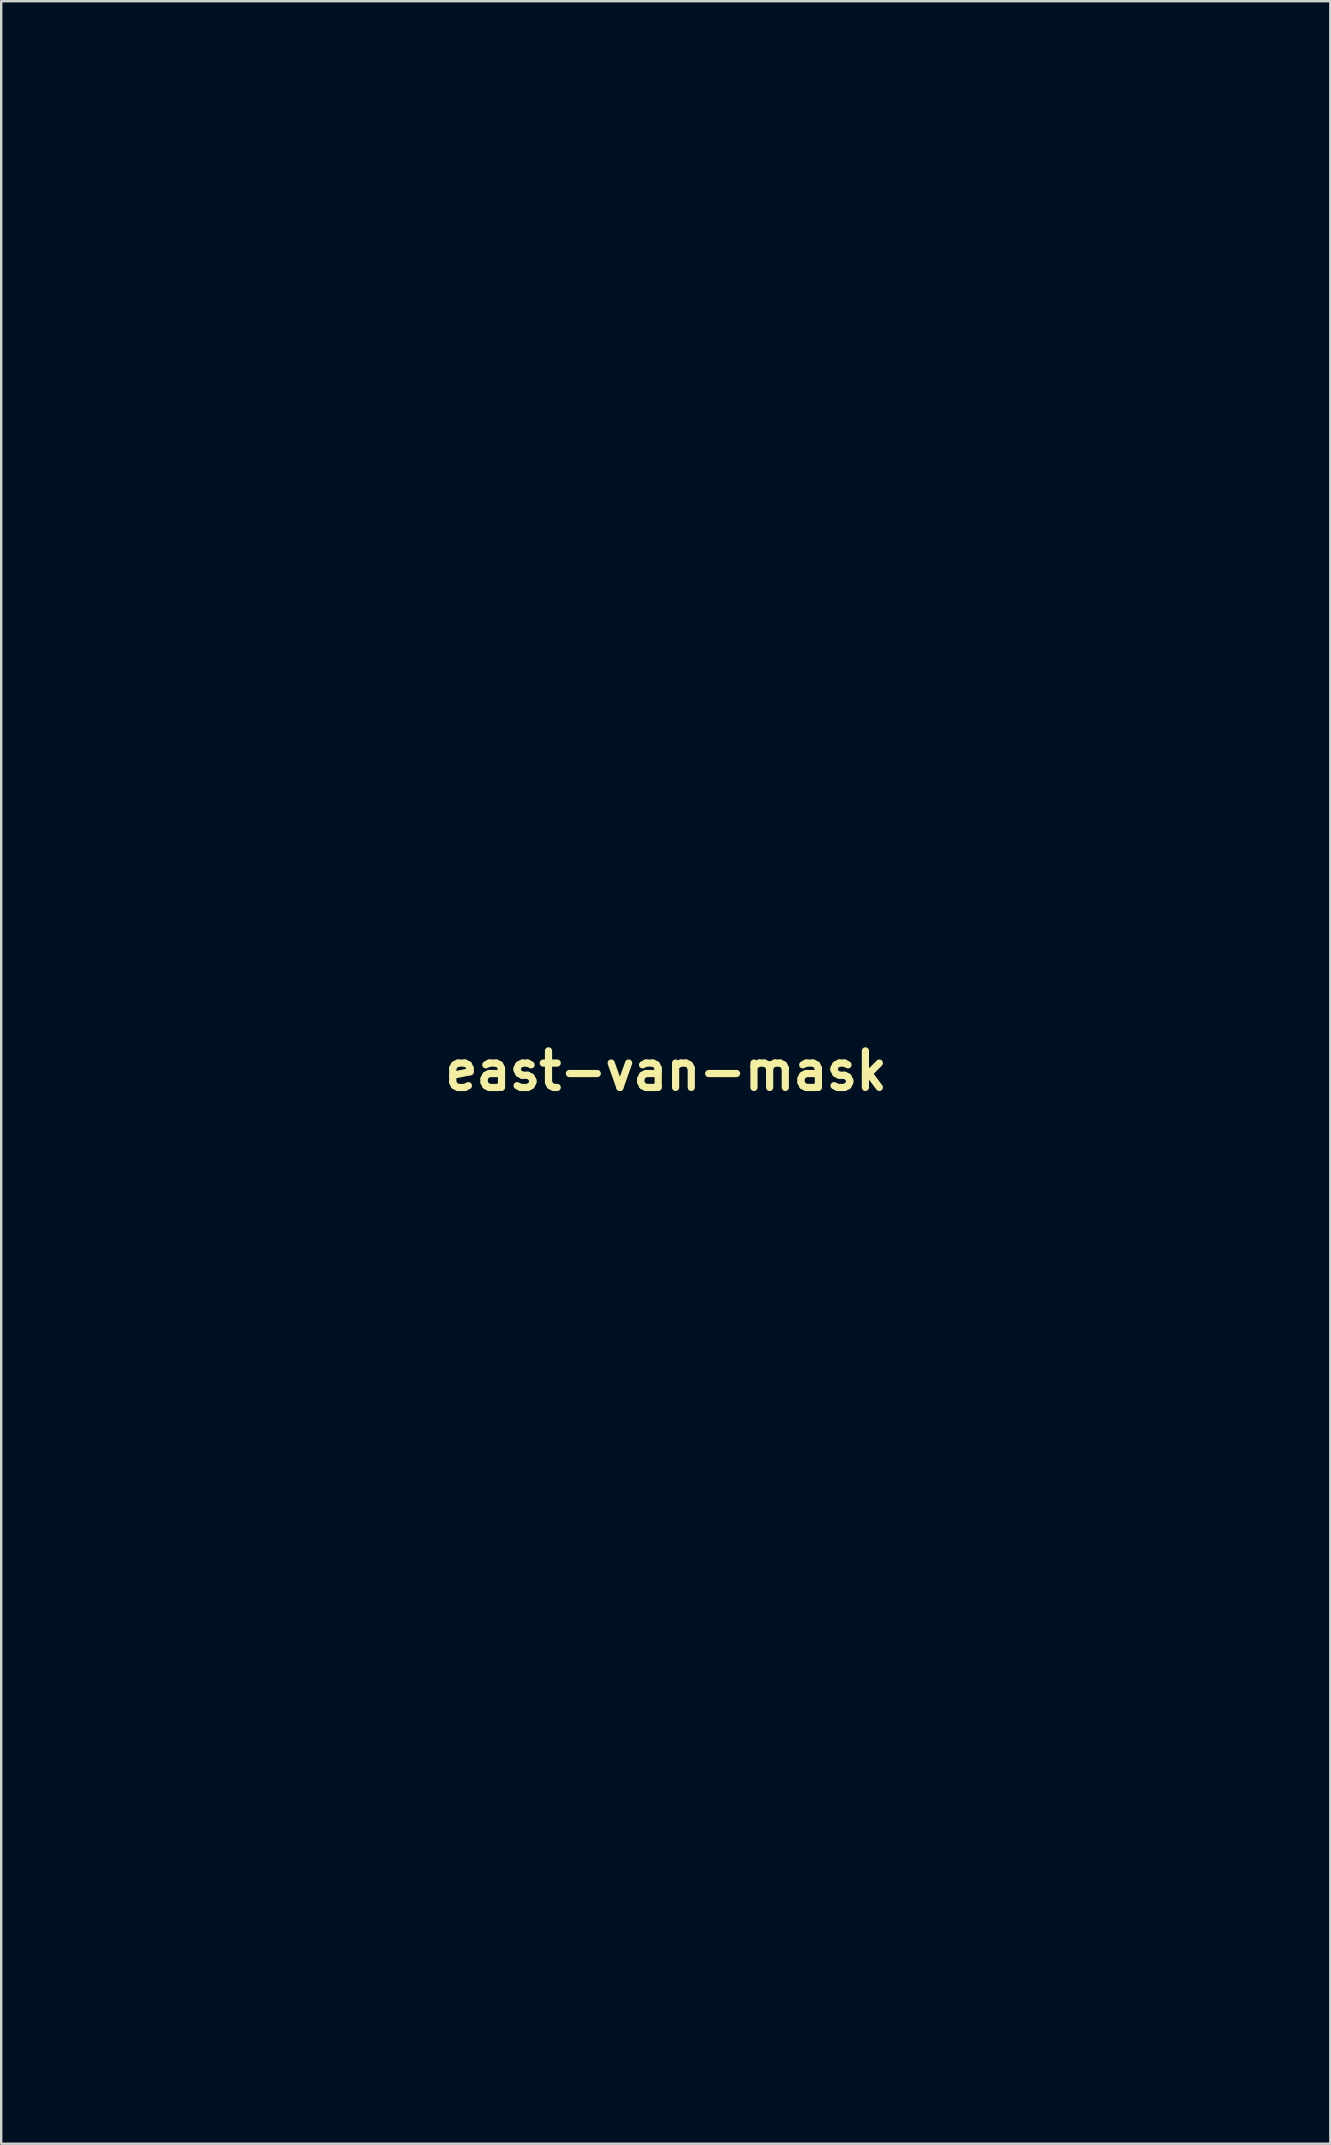
<source format=kicad_pcb>
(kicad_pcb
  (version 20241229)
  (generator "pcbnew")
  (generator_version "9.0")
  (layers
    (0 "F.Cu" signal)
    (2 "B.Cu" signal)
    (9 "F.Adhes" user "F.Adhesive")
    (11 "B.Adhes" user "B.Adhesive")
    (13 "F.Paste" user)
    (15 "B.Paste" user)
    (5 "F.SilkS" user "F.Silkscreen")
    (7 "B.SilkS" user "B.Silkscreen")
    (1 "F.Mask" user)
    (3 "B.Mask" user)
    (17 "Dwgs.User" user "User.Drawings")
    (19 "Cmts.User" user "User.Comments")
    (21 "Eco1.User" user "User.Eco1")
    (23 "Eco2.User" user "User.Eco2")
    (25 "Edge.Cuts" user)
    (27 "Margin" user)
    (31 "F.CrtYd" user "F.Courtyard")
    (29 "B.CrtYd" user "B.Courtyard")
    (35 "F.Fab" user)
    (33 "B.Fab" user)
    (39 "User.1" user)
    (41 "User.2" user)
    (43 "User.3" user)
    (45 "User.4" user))
  (footprint "east-van-mask"
    (layer "F.Cu")
    (at 24.709 41.583)
    (property "Reference" "east-van-mask" (at 0 0 0) (layer "F.SilkS") (effects (font (size 1.524 1.524) (thickness 0.3))))
    (attr through_hole)
    (fp_poly (pts (xy 3.6 21.979) (xy 3.577 22.422) (xy 3.554 22.801) (xy 3.534 23.085) (xy 3.518 23.245) (xy 3.513 23.269) (xy 3.451 23.299) (xy 3.318 23.322) (xy 3.093 23.339) (xy 2.757 23.35) (xy 2.29 23.358) (xy 1.712 23.362) (xy 1.183 23.365) (xy 0.798 23.37) (xy 0.534 23.382) (xy 0.364 23.403) (xy 0.265 23.437) (xy 0.212 23.486) (xy 0.181 23.553) (xy 0.179 23.558) (xy 0.163 23.675) (xy 0.143 23.945) (xy 0.119 24.355) (xy 0.091 24.89) (xy 0.06 25.533) (xy 0.028 26.272) (xy -0.006 27.089) (xy -0.04 27.972) (xy -0.075 28.903) (xy -0.081 29.083) (xy -0.116 30.049) (xy -0.15 30.989) (xy -0.183 31.885) (xy -0.215 32.719) (xy -0.244 33.473) (xy -0.271 34.131) (xy -0.294 34.673) (xy -0.312 35.082) (xy -0.325 35.341) (xy -0.325 35.348) (xy -0.381 36.28) (xy -1.503 36.322) (xy -2.005 36.335) (xy -2.367 36.33) (xy -2.578 36.308) (xy -2.631 36.28) (xy -2.633 36.118) (xy -2.629 35.792) (xy -2.617 35.305) (xy -2.599 34.663) (xy -2.574 33.868) (xy -2.543 32.926) (xy -2.506 31.841) (xy -2.462 30.617) (xy -2.413 29.259) (xy -2.358 27.771) (xy -2.297 26.157) (xy -2.285 25.831) (xy -2.264 25.234) (xy -2.247 24.694) (xy -2.235 24.234) (xy -2.23 23.876) (xy -2.23 23.643) (xy -2.237 23.559) (xy -2.329 23.547) (xy -2.564 23.535) (xy -2.916 23.524) (xy -3.358 23.515) (xy -3.865 23.509) (xy -3.944 23.508) (xy -5.614 23.495) (xy -5.595 22.268) (xy -5.586 21.83) (xy -5.572 21.456) (xy -5.557 21.175) (xy -5.541 21.02) (xy -5.535 21) (xy -5.435 20.984) (xy -5.171 20.965) (xy -4.746 20.944) (xy -4.165 20.921) (xy -3.432 20.896) (xy -2.551 20.87) (xy -1.527 20.841) (xy -0.363 20.812) (xy 0.935 20.781) (xy 0.963 20.78) (xy 3.662 20.718) (xy 3.6 21.979)) (stroke (width 0.01) (type solid)) (fill yes) (layer "F.Mask"))
    (fp_poly (pts (xy -5.938 -16.291) (xy -5.844 -16.274) (xy -5.843 -16.271) (xy -5.874 -16.16) (xy -5.966 -15.896) (xy -6.116 -15.481) (xy -6.324 -14.92) (xy -6.588 -14.218) (xy -6.906 -13.377) (xy -7.196 -12.615) (xy -7.405 -12.068) (xy -7.659 -11.4) (xy -7.944 -10.649) (xy -8.246 -9.854) (xy -8.551 -9.052) (xy -8.843 -8.281) (xy -8.933 -8.043) (xy -9.206 -7.325) (xy -9.484 -6.593) (xy -9.756 -5.878) (xy -10.01 -5.213) (xy -10.234 -4.628) (xy -10.415 -4.156) (xy -10.483 -3.979) (xy -10.7 -3.418) (xy -10.94 -2.797) (xy -11.177 -2.182) (xy -11.385 -1.642) (xy -11.43 -1.524) (xy -11.592 -1.11) (xy -11.739 -0.751) (xy -11.857 -0.477) (xy -11.934 -0.32) (xy -11.949 -0.297) (xy -12.056 -0.263) (xy -12.303 -0.222) (xy -12.663 -0.175) (xy -13.108 -0.128) (xy -13.593 -0.084) (xy -14.147 -0.04) (xy -14.555 -0.012) (xy -14.84 0.001) (xy -15.024 -0.002) (xy -15.13 -0.021) (xy -15.18 -0.056) (xy -15.193 -0.084) (xy -15.23 -0.211) (xy -15.31 -0.478) (xy -15.426 -0.862) (xy -15.571 -1.341) (xy -15.737 -1.892) (xy -15.919 -2.493) (xy -16.11 -3.121) (xy -16.303 -3.755) (xy -16.49 -4.371) (xy -16.665 -4.947) (xy -16.809 -5.419) (xy -16.994 -6.028) (xy -17.198 -6.71) (xy -17.401 -7.397) (xy -17.584 -8.019) (xy -17.652 -8.255) (xy -17.857 -8.962) (xy -18.083 -9.733) (xy -18.32 -10.538) (xy -18.56 -11.346) (xy -18.793 -12.129) (xy -19.011 -12.854) (xy -19.205 -13.493) (xy -19.365 -14.015) (xy -19.43 -14.224) (xy -19.537 -14.589) (xy -19.614 -14.894) (xy -19.651 -15.104) (xy -19.646 -15.181) (xy -19.533 -15.22) (xy -19.282 -15.264) (xy -18.924 -15.309) (xy -18.491 -15.351) (xy -18.012 -15.388) (xy -17.521 -15.417) (xy -17.279 -15.427) (xy -16.566 -15.452) (xy -15.564 -11.98) (xy -15.342 -11.21) (xy -15.127 -10.463) (xy -14.925 -9.76) (xy -14.741 -9.123) (xy -14.584 -8.574) (xy -14.458 -8.135) (xy -14.371 -7.828) (xy -14.348 -7.747) (xy -14.103 -6.887) (xy -13.883 -6.135) (xy -13.693 -5.5) (xy -13.534 -4.991) (xy -13.41 -4.618) (xy -13.324 -4.391) (xy -13.279 -4.318) (xy -13.255 -4.325) (xy -13.226 -4.352) (xy -13.189 -4.411) (xy -13.139 -4.515) (xy -13.072 -4.673) (xy -12.984 -4.897) (xy -12.869 -5.199) (xy -12.725 -5.59) (xy -12.546 -6.082) (xy -12.329 -6.686) (xy -12.069 -7.413) (xy -11.762 -8.275) (xy -11.403 -9.283) (xy -11.331 -9.483) (xy -10.912 -10.661) (xy -10.546 -11.689) (xy -10.229 -12.579) (xy -9.956 -13.34) (xy -9.725 -13.982) (xy -9.531 -14.515) (xy -9.369 -14.95) (xy -9.237 -15.297) (xy -9.13 -15.566) (xy -9.044 -15.767) (xy -8.975 -15.91) (xy -8.92 -16.005) (xy -8.873 -16.064) (xy -8.831 -16.095) (xy -8.791 -16.109) (xy -8.748 -16.117) (xy -8.733 -16.119) (xy -8.488 -16.155) (xy -8.149 -16.189) (xy -7.747 -16.222) (xy -7.315 -16.25) (xy -6.886 -16.273) (xy -6.491 -16.289) (xy -6.164 -16.295) (xy -5.938 -16.291)) (stroke (width 0.01) (type solid)) (fill yes) (layer "F.Mask"))
    (fp_poly (pts (xy -0.113 1.146) (xy 0.242 1.159) (xy 0.519 1.187) (xy 0.763 1.238) (xy 1.018 1.317) (xy 1.216 1.388) (xy 1.899 1.727) (xy 2.498 2.206) (xy 3.002 2.81) (xy 3.399 3.526) (xy 3.673 4.324) (xy 3.754 4.697) (xy 3.815 5.092) (xy 3.856 5.472) (xy 3.871 5.798) (xy 3.859 6.031) (xy 3.819 6.133) (xy 3.686 6.168) (xy 3.432 6.2) (xy 3.095 6.227) (xy 2.714 6.248) (xy 2.331 6.261) (xy 1.982 6.264) (xy 1.709 6.256) (xy 1.55 6.236) (xy 1.527 6.224) (xy 1.473 6.093) (xy 1.418 5.864) (xy 1.399 5.757) (xy 1.283 5.295) (xy 1.095 4.855) (xy 0.861 4.49) (xy 0.666 4.294) (xy 0.216 4.054) (xy -0.352 3.925) (xy -1.024 3.911) (xy -1.041 3.912) (xy -1.668 4.013) (xy -2.174 4.224) (xy -2.551 4.539) (xy -2.798 4.956) (xy -2.907 5.469) (xy -2.912 5.596) (xy -2.886 5.944) (xy -2.787 6.251) (xy -2.601 6.527) (xy -2.314 6.785) (xy -1.912 7.035) (xy -1.382 7.288) (xy -0.707 7.556) (xy -0.207 7.735) (xy 0.55 8.01) (xy 1.168 8.261) (xy 1.669 8.501) (xy 2.08 8.744) (xy 2.426 9.004) (xy 2.73 9.293) (xy 2.8 9.37) (xy 3.096 9.73) (xy 3.331 10.1) (xy 3.535 10.536) (xy 3.695 10.964) (xy 3.786 11.234) (xy 3.85 11.468) (xy 3.892 11.705) (xy 3.917 11.983) (xy 3.93 12.343) (xy 3.934 12.82) (xy 3.934 12.996) (xy 3.929 13.617) (xy 3.906 14.113) (xy 3.854 14.528) (xy 3.765 14.907) (xy 3.631 15.293) (xy 3.441 15.731) (xy 3.324 15.982) (xy 2.978 16.573) (xy 2.533 17.128) (xy 2.024 17.61) (xy 1.487 17.983) (xy 1.16 18.143) (xy 0.436 18.365) (xy -0.374 18.498) (xy -1.212 18.535) (xy -2.018 18.474) (xy -2.338 18.416) (xy -3.129 18.164) (xy -3.824 17.772) (xy -4.421 17.244) (xy -4.919 16.581) (xy -5.316 15.786) (xy -5.611 14.859) (xy -5.659 14.647) (xy -5.783 14.026) (xy -5.866 13.508) (xy -5.906 13.106) (xy -5.903 12.835) (xy -5.854 12.708) (xy -5.829 12.7) (xy -5.701 12.69) (xy -5.443 12.663) (xy -5.093 12.623) (xy -4.701 12.575) (xy -4.307 12.53) (xy -3.979 12.498) (xy -3.751 12.483) (xy -3.655 12.488) (xy -3.655 12.488) (xy -3.624 12.584) (xy -3.575 12.804) (xy -3.517 13.105) (xy -3.503 13.185) (xy -3.313 13.937) (xy -3.027 14.552) (xy -2.643 15.029) (xy -2.161 15.372) (xy -1.749 15.537) (xy -1.094 15.658) (xy -0.473 15.632) (xy 0.097 15.474) (xy 0.596 15.196) (xy 1.006 14.809) (xy 1.309 14.327) (xy 1.485 13.762) (xy 1.524 13.319) (xy 1.503 12.912) (xy 1.428 12.568) (xy 1.284 12.274) (xy 1.054 12.014) (xy 0.723 11.773) (xy 0.273 11.537) (xy -0.311 11.292) (xy -0.967 11.049) (xy -1.784 10.746) (xy -2.457 10.467) (xy -3.003 10.201) (xy -3.445 9.936) (xy -3.802 9.66) (xy -4.093 9.363) (xy -4.23 9.191) (xy -4.656 8.538) (xy -4.957 7.885) (xy -5.146 7.189) (xy -5.236 6.408) (xy -5.248 5.939) (xy -5.217 5.202) (xy -5.113 4.561) (xy -4.922 3.951) (xy -4.684 3.42) (xy -4.239 2.705) (xy -3.68 2.111) (xy -3.016 1.646) (xy -2.321 1.339) (xy -2.045 1.255) (xy -1.779 1.198) (xy -1.48 1.164) (xy -1.102 1.148) (xy -0.6 1.143) (xy -0.593 1.143) (xy -0.113 1.146)) (stroke (width 0.01) (type solid)) (fill yes) (layer "F.Mask"))
    (fp_poly (pts (xy 4.675 -35.885) (xy 4.707 -35.877) (xy 4.722 -35.777) (xy 4.728 -35.539) (xy 4.724 -35.196) (xy 4.709 -34.778) (xy 4.701 -34.598) (xy 4.64 -33.375) (xy 4.415 -33.33) (xy 4.28 -33.31) (xy 3.997 -33.274) (xy 3.589 -33.224) (xy 3.076 -33.164) (xy 2.481 -33.095) (xy 1.825 -33.021) (xy 1.327 -32.965) (xy 0.524 -32.874) (xy -0.126 -32.797) (xy -0.636 -32.732) (xy -1.022 -32.676) (xy -1.297 -32.627) (xy -1.478 -32.584) (xy -1.578 -32.543) (xy -1.607 -32.514) (xy -1.632 -32.392) (xy -1.66 -32.128) (xy -1.689 -31.753) (xy -1.715 -31.294) (xy -1.738 -30.781) (xy -1.739 -30.754) (xy -1.801 -29.125) (xy -1.599 -29.126) (xy -1.461 -29.136) (xy -1.18 -29.164) (xy -0.783 -29.207) (xy -0.295 -29.261) (xy 0.259 -29.325) (xy 0.677 -29.375) (xy 1.295 -29.448) (xy 1.897 -29.518) (xy 2.449 -29.58) (xy 2.919 -29.632) (xy 3.272 -29.669) (xy 3.408 -29.682) (xy 4.064 -29.741) (xy 4.064 -29.328) (xy 4.058 -29.055) (xy 4.042 -28.679) (xy 4.019 -28.261) (xy 4.008 -28.081) (xy 3.979 -27.695) (xy 3.948 -27.445) (xy 3.905 -27.296) (xy 3.843 -27.217) (xy 3.771 -27.179) (xy 3.642 -27.153) (xy 3.368 -27.112) (xy 2.971 -27.06) (xy 2.474 -27) (xy 1.9 -26.933) (xy 1.271 -26.864) (xy 1.096 -26.846) (xy 0.453 -26.777) (xy -0.143 -26.712) (xy -0.67 -26.653) (xy -1.104 -26.602) (xy -1.423 -26.564) (xy -1.603 -26.539) (xy -1.624 -26.536) (xy -1.75 -26.496) (xy -1.824 -26.415) (xy -1.866 -26.247) (xy -1.897 -25.966) (xy -1.914 -25.71) (xy -1.935 -25.324) (xy -1.957 -24.846) (xy -1.979 -24.315) (xy -1.996 -23.842) (xy -2.049 -22.241) (xy -1.469 -22.293) (xy -1.157 -22.323) (xy -0.732 -22.367) (xy -0.249 -22.421) (xy 0.237 -22.477) (xy 0.254 -22.479) (xy 1.296 -22.601) (xy 2.176 -22.704) (xy 2.9 -22.788) (xy 3.473 -22.853) (xy 3.902 -22.9) (xy 4.192 -22.93) (xy 4.35 -22.944) (xy 4.375 -22.945) (xy 4.426 -22.927) (xy 4.459 -22.858) (xy 4.475 -22.712) (xy 4.476 -22.464) (xy 4.462 -22.09) (xy 4.445 -21.738) (xy 4.418 -21.299) (xy 4.386 -20.918) (xy 4.353 -20.628) (xy 4.321 -20.463) (xy 4.311 -20.441) (xy 4.201 -20.395) (xy 3.961 -20.341) (xy 3.628 -20.286) (xy 3.325 -20.247) (xy 2.957 -20.205) (xy 2.462 -20.149) (xy 1.884 -20.083) (xy 1.265 -20.013) (xy 0.647 -19.942) (xy 0.55 -19.931) (xy -0.621 -19.798) (xy -1.627 -19.684) (xy -2.471 -19.589) (xy -3.156 -19.513) (xy -3.685 -19.455) (xy -4.061 -19.416) (xy -4.288 -19.394) (xy -4.362 -19.389) (xy -4.419 -19.448) (xy -4.441 -19.637) (xy -4.433 -19.96) (xy -4.422 -20.186) (xy -4.408 -20.556) (xy -4.39 -21.043) (xy -4.37 -21.622) (xy -4.349 -22.268) (xy -4.327 -22.954) (xy -4.317 -23.283) (xy -4.278 -24.533) (xy -4.239 -25.765) (xy -4.199 -26.967) (xy -4.159 -28.128) (xy -4.12 -29.237) (xy -4.081 -30.281) (xy -4.044 -31.249) (xy -4.009 -32.13) (xy -3.976 -32.912) (xy -3.946 -33.584) (xy -3.92 -34.135) (xy -3.897 -34.552) (xy -3.878 -34.824) (xy -3.863 -34.941) (xy -3.862 -34.944) (xy -3.774 -34.961) (xy -3.542 -34.993) (xy -3.192 -35.038) (xy -2.748 -35.092) (xy -2.234 -35.153) (xy -2.024 -35.177) (xy -0.762 -35.321) (xy 0.341 -35.446) (xy 1.294 -35.554) (xy 2.108 -35.644) (xy 2.791 -35.718) (xy 3.353 -35.778) (xy 3.803 -35.823) (xy 4.151 -35.856) (xy 4.406 -35.876) (xy 4.578 -35.885) (xy 4.675 -35.885)) (stroke (width 0.01) (type solid)) (fill yes) (layer "F.Mask"))
    (fp_poly (pts (xy 19.21 -18.661) (xy 19.226 -18.654) (xy 19.237 -18.589) (xy 19.243 -18.417) (xy 19.246 -18.134) (xy 19.243 -17.735) (xy 19.236 -17.216) (xy 19.225 -16.571) (xy 19.209 -15.796) (xy 19.188 -14.888) (xy 19.162 -13.841) (xy 19.131 -12.65) (xy 19.094 -11.311) (xy 19.053 -9.82) (xy 19.006 -8.172) (xy 18.953 -6.363) (xy 18.914 -5.014) (xy 18.895 -4.454) (xy 18.874 -3.953) (xy 18.853 -3.536) (xy 18.832 -3.225) (xy 18.813 -3.045) (xy 18.803 -3.01) (xy 18.702 -2.99) (xy 18.468 -2.961) (xy 18.132 -2.925) (xy 17.73 -2.887) (xy 17.693 -2.884) (xy 17.261 -2.845) (xy 16.867 -2.808) (xy 16.554 -2.777) (xy 16.367 -2.756) (xy 16.096 -2.722) (xy 14.725 -5.107) (xy 14.15 -6.109) (xy 13.651 -6.978) (xy 13.222 -7.727) (xy 12.854 -8.371) (xy 12.539 -8.922) (xy 12.27 -9.395) (xy 12.04 -9.803) (xy 11.84 -10.16) (xy 11.662 -10.479) (xy 11.604 -10.583) (xy 11.297 -11.136) (xy 11.061 -11.557) (xy 10.884 -11.865) (xy 10.757 -12.077) (xy 10.668 -12.212) (xy 10.609 -12.285) (xy 10.607 -12.286) (xy 10.572 -12.303) (xy 10.541 -12.269) (xy 10.513 -12.174) (xy 10.488 -12.007) (xy 10.466 -11.756) (xy 10.445 -11.409) (xy 10.425 -10.956) (xy 10.405 -10.385) (xy 10.385 -9.685) (xy 10.364 -8.844) (xy 10.342 -7.851) (xy 10.329 -7.239) (xy 10.31 -6.4) (xy 10.291 -5.6) (xy 10.272 -4.857) (xy 10.253 -4.19) (xy 10.236 -3.617) (xy 10.22 -3.157) (xy 10.206 -2.828) (xy 10.195 -2.649) (xy 10.194 -2.646) (xy 10.16 -2.386) (xy 10.11 -2.253) (xy 10.018 -2.203) (xy 9.921 -2.196) (xy 9.75 -2.185) (xy 9.453 -2.161) (xy 9.071 -2.126) (xy 8.652 -2.085) (xy 8.251 -2.05) (xy 7.914 -2.031) (xy 7.676 -2.03) (xy 7.569 -2.046) (xy 7.568 -2.048) (xy 7.558 -2.171) (xy 7.563 -2.18) (xy 7.574 -2.278) (xy 7.589 -2.523) (xy 7.605 -2.892) (xy 7.622 -3.363) (xy 7.638 -3.912) (xy 7.654 -4.518) (xy 7.654 -4.53) (xy 7.671 -5.205) (xy 7.691 -6.004) (xy 7.713 -6.885) (xy 7.736 -7.803) (xy 7.76 -8.713) (xy 7.783 -9.571) (xy 7.789 -9.821) (xy 7.812 -10.658) (xy 7.835 -11.564) (xy 7.859 -12.494) (xy 7.881 -13.402) (xy 7.902 -14.245) (xy 7.919 -14.976) (xy 7.924 -15.165) (xy 7.94 -15.781) (xy 7.958 -16.342) (xy 7.978 -16.827) (xy 7.998 -17.213) (xy 8.017 -17.477) (xy 8.034 -17.596) (xy 8.036 -17.598) (xy 8.154 -17.659) (xy 8.424 -17.722) (xy 8.832 -17.786) (xy 9.361 -17.848) (xy 9.993 -17.905) (xy 10.033 -17.909) (xy 10.71 -17.962) (xy 11.096 -17.257) (xy 11.252 -16.973) (xy 11.481 -16.561) (xy 11.771 -16.041) (xy 12.112 -15.431) (xy 12.491 -14.752) (xy 12.9 -14.023) (xy 13.325 -13.264) (xy 13.757 -12.494) (xy 14.185 -11.732) (xy 14.598 -10.999) (xy 14.984 -10.313) (xy 15.333 -9.694) (xy 15.634 -9.163) (xy 15.686 -9.07) (xy 15.955 -8.61) (xy 16.155 -8.303) (xy 16.285 -8.148) (xy 16.344 -8.139) (xy 16.363 -8.252) (xy 16.383 -8.511) (xy 16.405 -8.891) (xy 16.426 -9.371) (xy 16.445 -9.925) (xy 16.46 -10.499) (xy 16.477 -11.173) (xy 16.495 -11.86) (xy 16.513 -12.519) (xy 16.529 -13.113) (xy 16.544 -13.601) (xy 16.552 -13.843) (xy 16.568 -14.289) (xy 16.586 -14.854) (xy 16.607 -15.487) (xy 16.627 -16.136) (xy 16.644 -16.698) (xy 16.664 -17.293) (xy 16.683 -17.741) (xy 16.704 -18.061) (xy 16.729 -18.276) (xy 16.76 -18.406) (xy 16.8 -18.472) (xy 16.837 -18.493) (xy 17.017 -18.529) (xy 17.307 -18.565) (xy 17.668 -18.6) (xy 18.062 -18.63) (xy 18.451 -18.654) (xy 18.798 -18.669) (xy 19.063 -18.672) (xy 19.21 -18.661)) (stroke (width 0.01) (type solid)) (fill yes) (layer "F.Mask"))
    (fp_poly (pts (xy 0.803 -16.921) (xy 0.84 -16.828) (xy 0.923 -16.585) (xy 1.048 -16.201) (xy 1.213 -15.687) (xy 1.413 -15.054) (xy 1.646 -14.313) (xy 1.907 -13.474) (xy 2.194 -12.549) (xy 2.504 -11.547) (xy 2.696 -10.922) (xy 2.933 -10.153) (xy 3.207 -9.267) (xy 3.503 -8.309) (xy 3.81 -7.323) (xy 4.111 -6.355) (xy 4.394 -5.448) (xy 4.531 -5.011) (xy 4.748 -4.312) (xy 4.946 -3.665) (xy 5.121 -3.087) (xy 5.266 -2.595) (xy 5.378 -2.207) (xy 5.449 -1.941) (xy 5.476 -1.815) (xy 5.476 -1.807) (xy 5.371 -1.777) (xy 5.133 -1.741) (xy 4.797 -1.703) (xy 4.395 -1.664) (xy 3.963 -1.628) (xy 3.534 -1.598) (xy 3.143 -1.575) (xy 2.825 -1.563) (xy 2.612 -1.564) (xy 2.541 -1.576) (xy 2.495 -1.678) (xy 2.41 -1.915) (xy 2.295 -2.262) (xy 2.158 -2.691) (xy 2.009 -3.178) (xy 2 -3.209) (xy 1.85 -3.699) (xy 1.712 -4.133) (xy 1.594 -4.487) (xy 1.506 -4.732) (xy 1.456 -4.843) (xy 1.455 -4.844) (xy 1.354 -4.856) (xy 1.11 -4.852) (xy 0.745 -4.835) (xy 0.284 -4.807) (xy -0.249 -4.769) (xy -0.83 -4.724) (xy -1.435 -4.674) (xy -2.04 -4.621) (xy -2.62 -4.567) (xy -3.152 -4.513) (xy -3.611 -4.463) (xy -3.973 -4.418) (xy -4.215 -4.38) (xy -4.311 -4.352) (xy -4.362 -4.254) (xy -4.462 -4.021) (xy -4.603 -3.679) (xy -4.774 -3.251) (xy -4.966 -2.762) (xy -5.036 -2.582) (xy -5.231 -2.08) (xy -5.409 -1.631) (xy -5.558 -1.26) (xy -5.67 -0.99) (xy -5.735 -0.847) (xy -5.745 -0.831) (xy -5.858 -0.796) (xy -6.14 -0.752) (xy -6.59 -0.699) (xy -7.208 -0.637) (xy -7.992 -0.566) (xy -8.095 -0.557) (xy -8.374 -0.541) (xy -8.579 -0.542) (xy -8.657 -0.557) (xy -8.666 -0.572) (xy -8.667 -0.602) (xy -8.654 -0.659) (xy -8.625 -0.754) (xy -8.572 -0.901) (xy -8.493 -1.11) (xy -8.382 -1.394) (xy -8.235 -1.766) (xy -8.047 -2.236) (xy -7.813 -2.817) (xy -7.529 -3.521) (xy -7.189 -4.36) (xy -6.864 -5.165) (xy -6.516 -6.024) (xy -6.13 -6.978) (xy -6.018 -7.258) (xy -3.197 -7.258) (xy -3.115 -7.213) (xy -2.913 -7.198) (xy -2.798 -7.197) (xy -2.564 -7.205) (xy -2.202 -7.226) (xy -1.75 -7.26) (xy -1.246 -7.301) (xy -0.904 -7.332) (xy -0.423 -7.38) (xy -0.001 -7.428) (xy 0.333 -7.473) (xy 0.551 -7.512) (xy 0.622 -7.534) (xy 0.613 -7.625) (xy 0.564 -7.855) (xy 0.481 -8.201) (xy 0.371 -8.639) (xy 0.239 -9.147) (xy 0.092 -9.7) (xy -0.064 -10.275) (xy -0.222 -10.85) (xy -0.375 -11.4) (xy -0.519 -11.902) (xy -0.645 -12.332) (xy -0.749 -12.668) (xy -0.822 -12.886) (xy -0.849 -12.947) (xy -0.911 -12.993) (xy -0.996 -12.899) (xy -1.045 -12.81) (xy -1.104 -12.677) (xy -1.215 -12.409) (xy -1.368 -12.031) (xy -1.555 -11.566) (xy -1.765 -11.038) (xy -1.99 -10.47) (xy -2.22 -9.886) (xy -2.445 -9.31) (xy -2.658 -8.766) (xy -2.847 -8.276) (xy -3.005 -7.865) (xy -3.121 -7.556) (xy -3.187 -7.373) (xy -3.196 -7.345) (xy -3.197 -7.258) (xy -6.018 -7.258) (xy -5.725 -7.983) (xy -5.317 -8.993) (xy -4.926 -9.963) (xy -4.569 -10.847) (xy -4.386 -11.303) (xy -3.964 -12.351) (xy -3.599 -13.253) (xy -3.288 -14.02) (xy -3.026 -14.663) (xy -2.807 -15.193) (xy -2.627 -15.621) (xy -2.482 -15.957) (xy -2.366 -16.214) (xy -2.274 -16.402) (xy -2.203 -16.532) (xy -2.146 -16.614) (xy -2.1 -16.662) (xy -2.061 -16.684) (xy -1.93 -16.709) (xy -1.673 -16.741) (xy -1.325 -16.777) (xy -0.92 -16.815) (xy -0.492 -16.851) (xy -0.075 -16.884) (xy 0.296 -16.909) (xy 0.587 -16.924) (xy 0.765 -16.926) (xy 0.803 -16.921)) (stroke (width 0.01) (type solid)) (fill yes) (layer "F.Mask"))
    (fp_poly (pts (xy 7.827 -41.507) (xy 8.615 -41.299) (xy 9.312 -40.952) (xy 9.923 -40.464) (xy 9.949 -40.439) (xy 10.391 -39.888) (xy 10.746 -39.228) (xy 10.999 -38.501) (xy 11.132 -37.751) (xy 11.139 -37.092) (xy 11.13 -36.912) (xy 11.118 -36.578) (xy 11.105 -36.106) (xy 11.089 -35.513) (xy 11.073 -34.813) (xy 11.055 -34.023) (xy 11.037 -33.159) (xy 11.019 -32.235) (xy 11.001 -31.269) (xy 10.994 -30.903) (xy 10.974 -29.785) (xy 10.958 -28.823) (xy 10.945 -28.005) (xy 10.936 -27.317) (xy 10.931 -26.746) (xy 10.929 -26.28) (xy 10.932 -25.905) (xy 10.938 -25.608) (xy 10.949 -25.378) (xy 10.963 -25.199) (xy 10.983 -25.061) (xy 11.006 -24.948) (xy 11.035 -24.85) (xy 11.044 -24.821) (xy 11.29 -24.309) (xy 11.642 -23.898) (xy 12.075 -23.607) (xy 12.565 -23.458) (xy 12.704 -23.445) (xy 12.86 -23.446) (xy 13.162 -23.455) (xy 13.586 -23.472) (xy 14.108 -23.496) (xy 14.704 -23.525) (xy 15.351 -23.559) (xy 15.579 -23.571) (xy 16.75 -23.635) (xy 17.766 -23.69) (xy 18.638 -23.736) (xy 19.382 -23.771) (xy 20.008 -23.797) (xy 20.532 -23.812) (xy 20.966 -23.817) (xy 21.323 -23.81) (xy 21.616 -23.793) (xy 21.859 -23.764) (xy 22.064 -23.723) (xy 22.245 -23.67) (xy 22.416 -23.604) (xy 22.589 -23.526) (xy 22.777 -23.434) (xy 22.831 -23.408) (xy 23.431 -23.035) (xy 23.944 -22.555) (xy 24.337 -22.001) (xy 24.483 -21.696) (xy 24.54 -21.547) (xy 24.585 -21.404) (xy 24.619 -21.244) (xy 24.644 -21.045) (xy 24.66 -20.784) (xy 24.671 -20.441) (xy 24.677 -19.991) (xy 24.679 -19.413) (xy 24.68 -18.796) (xy 24.679 -17.909) (xy 24.676 -16.945) (xy 24.671 -15.918) (xy 24.664 -14.841) (xy 24.655 -13.728) (xy 24.645 -12.593) (xy 24.634 -11.448) (xy 24.621 -10.309) (xy 24.608 -9.188) (xy 24.594 -8.1) (xy 24.579 -7.058) (xy 24.564 -6.075) (xy 24.549 -5.166) (xy 24.533 -4.343) (xy 24.518 -3.622) (xy 24.503 -3.014) (xy 24.488 -2.535) (xy 24.474 -2.198) (xy 24.461 -2.015) (xy 24.461 -2.014) (xy 24.276 -1.159) (xy 23.959 -0.373) (xy 23.522 0.328) (xy 22.979 0.926) (xy 22.344 1.405) (xy 21.63 1.748) (xy 21.421 1.816) (xy 21.295 1.852) (xy 21.165 1.882) (xy 21.015 1.908) (xy 20.83 1.932) (xy 20.595 1.954) (xy 20.293 1.974) (xy 19.91 1.995) (xy 19.43 2.016) (xy 18.838 2.04) (xy 18.118 2.066) (xy 17.255 2.096) (xy 16.552 2.12) (xy 15.565 2.155) (xy 14.731 2.189) (xy 14.034 2.223) (xy 13.46 2.259) (xy 12.992 2.298) (xy 12.614 2.342) (xy 12.312 2.392) (xy 12.068 2.45) (xy 11.867 2.517) (xy 11.725 2.58) (xy 11.164 2.941) (xy 10.729 3.417) (xy 10.42 4.004) (xy 10.261 4.572) (xy 10.245 4.739) (xy 10.23 5.069) (xy 10.215 5.559) (xy 10.201 6.203) (xy 10.187 6.995) (xy 10.174 7.931) (xy 10.162 9.005) (xy 10.15 10.213) (xy 10.14 11.549) (xy 10.13 13.008) (xy 10.124 14.012) (xy 10.11 16.597) (xy 10.096 19.012) (xy 10.082 21.261) (xy 10.069 23.343) (xy 10.057 25.26) (xy 10.044 27.013) (xy 10.032 28.602) (xy 10.021 30.029) (xy 10.01 31.295) (xy 9.999 32.4) (xy 9.989 33.346) (xy 9.979 34.134) (xy 9.969 34.765) (xy 9.959 35.239) (xy 9.95 35.558) (xy 9.947 35.631) (xy 9.892 36.331) (xy 9.787 36.937) (xy 9.613 37.518) (xy 9.355 38.141) (xy 9.255 38.354) (xy 8.8 39.131) (xy 8.242 39.779) (xy 7.567 40.311) (xy 7.012 40.625) (xy 6.806 40.728) (xy 6.624 40.818) (xy 6.455 40.897) (xy 6.286 40.966) (xy 6.105 41.026) (xy 5.902 41.079) (xy 5.663 41.125) (xy 5.377 41.167) (xy 5.032 41.204) (xy 4.617 41.239) (xy 4.119 41.272) (xy 3.527 41.305) (xy 2.828 41.34) (xy 2.012 41.376) (xy 1.065 41.416) (xy -0.023 41.461) (xy -1.264 41.512) (xy -1.693 41.53) (xy -2.694 41.569) (xy -3.674 41.605) (xy -4.619 41.635) (xy -5.511 41.661) (xy -6.336 41.682) (xy -7.078 41.698) (xy -7.721 41.707) (xy -8.25 41.71) (xy -8.65 41.707) (xy -8.904 41.697) (xy -8.975 41.689) (xy -9.164 41.641) (xy -9.45 41.56) (xy -9.737 41.471) (xy -10.547 41.131) (xy -11.246 40.665) (xy -11.829 40.079) (xy -12.291 39.376) (xy -12.63 38.563) (xy -12.829 37.719) (xy -12.848 37.58) (xy -12.863 37.41) (xy -12.874 37.201) (xy -12.882 36.945) (xy -12.885 36.636) (xy -12.884 36.263) (xy -12.878 35.821) (xy -12.867 35.3) (xy -12.851 34.693) (xy -12.829 33.993) (xy -12.802 33.191) (xy -12.769 32.279) (xy -12.73 31.249) (xy -12.685 30.094) (xy -12.633 28.806) (xy -12.574 27.377) (xy -12.508 25.799) (xy -12.435 24.064) (xy -12.391 23.029) (xy -12.361 22.307) (xy -12.333 21.633) (xy -12.308 21.028) (xy -12.288 20.511) (xy -12.272 20.102) (xy -12.262 19.821) (xy -12.258 19.688) (xy -12.258 19.685) (xy -12.256 19.543) (xy -12.248 19.248) (xy -12.234 18.817) (xy -12.217 18.266) (xy -12.195 17.613) (xy -12.169 16.874) (xy -12.141 16.065) (xy -12.111 15.203) (xy -12.079 14.304) (xy -12.046 13.386) (xy -12.013 12.465) (xy -11.98 11.556) (xy -11.948 10.678) (xy -11.917 9.847) (xy -11.888 9.078) (xy -11.861 8.389) (xy -11.838 7.797) (xy -11.818 7.318) (xy -11.803 6.968) (xy -11.801 6.919) (xy -11.781 6.472) (xy -11.774 6.158) (xy -11.785 5.941) (xy -11.817 5.786) (xy -11.874 5.657) (xy -11.961 5.517) (xy -11.965 5.511) (xy -12.177 5.257) (xy -12.432 5.033) (xy -12.492 4.993) (xy -12.601 4.929) (xy -12.707 4.882) (xy -12.837 4.85) (xy -13.016 4.831) (xy -13.267 4.825) (xy -13.617 4.828) (xy -14.091 4.84) (xy -14.594 4.855) (xy -15.774 4.891) (xy -16.799 4.921) (xy -17.679 4.945) (xy -18.428 4.963) (xy -19.059 4.976) (xy -19.584 4.983) (xy -20.015 4.984) (xy -20.366 4.979) (xy -20.648 4.969) (xy -20.876 4.954) (xy -21.06 4.933) (xy -21.215 4.906) (xy -21.336 4.878) (xy -22.168 4.589) (xy -22.887 4.174) (xy -23.493 3.632) (xy -23.987 2.964) (xy -24.152 2.662) (xy -24.369 2.194) (xy -24.526 1.758) (xy -24.629 1.314) (xy -24.686 0.822) (xy -24.704 0.242) (xy -24.702 0.14) (xy -21.881 0.14) (xy -21.881 0.381) (xy -21.811 0.926) (xy -21.611 1.366) (xy -21.275 1.705) (xy -20.799 1.952) (xy -20.67 1.996) (xy -20.531 2.036) (xy -20.388 2.067) (xy -20.22 2.089) (xy -20.007 2.102) (xy -19.729 2.107) (xy -19.368 2.104) (xy -18.901 2.093) (xy -18.311 2.074) (xy -17.576 2.048) (xy -17.359 2.04) (xy -16.283 2.002) (xy -15.362 1.972) (xy -14.578 1.952) (xy -13.918 1.942) (xy -13.366 1.944) (xy -12.907 1.959) (xy -12.524 1.986) (xy -12.203 2.027) (xy -11.929 2.084) (xy -11.686 2.156) (xy -11.458 2.245) (xy -11.231 2.352) (xy -11.134 2.402) (xy -10.476 2.835) (xy -9.92 3.397) (xy -9.477 4.073) (xy -9.158 4.848) (xy -9.092 5.08) (xy -9.063 5.202) (xy -9.038 5.328) (xy -9.017 5.469) (xy -9.002 5.638) (xy -8.992 5.847) (xy -8.987 6.107) (xy -8.987 6.432) (xy -8.993 6.833) (xy -9.004 7.322) (xy -9.021 7.911) (xy -9.045 8.613) (xy -9.074 9.439) (xy -9.11 10.402) (xy -9.152 11.514) (xy -9.184 12.361) (xy -9.208 12.995) (xy -9.238 13.777) (xy -9.272 14.683) (xy -9.309 15.694) (xy -9.35 16.787) (xy -9.392 17.939) (xy -9.436 19.13) (xy -9.48 20.338) (xy -9.524 21.54) (xy -9.565 22.691) (xy -9.607 23.831) (xy -9.649 24.972) (xy -9.69 26.095) (xy -9.731 27.181) (xy -9.769 28.213) (xy -9.806 29.171) (xy -9.839 30.037) (xy -9.868 30.793) (xy -9.893 31.419) (xy -9.913 31.898) (xy -9.915 31.962) (xy -9.944 32.686) (xy -9.97 33.462) (xy -9.992 34.242) (xy -10.009 34.977) (xy -10.02 35.617) (xy -10.023 35.903) (xy -10.033 37.559) (xy -9.8 37.912) (xy -9.566 38.213) (xy -9.293 38.436) (xy -8.931 38.616) (xy -8.689 38.706) (xy -8.571 38.746) (xy -8.458 38.78) (xy -8.335 38.806) (xy -8.188 38.826) (xy -8.003 38.839) (xy -7.765 38.846) (xy -7.46 38.846) (xy -7.074 38.839) (xy -6.592 38.825) (xy -6.001 38.804) (xy -5.285 38.776) (xy -4.431 38.742) (xy -3.424 38.7) (xy -3.26 38.693) (xy -1.885 38.637) (xy -0.669 38.586) (xy 0.399 38.542) (xy 1.327 38.503) (xy 2.127 38.469) (xy 2.809 38.439) (xy 3.383 38.412) (xy 3.859 38.389) (xy 4.247 38.368) (xy 4.558 38.348) (xy 4.801 38.33) (xy 4.987 38.313) (xy 5.126 38.295) (xy 5.228 38.277) (xy 5.304 38.258) (xy 5.363 38.238) (xy 5.415 38.214) (xy 5.472 38.188) (xy 5.481 38.184) (xy 6.025 37.863) (xy 6.456 37.427) (xy 6.779 36.868) (xy 7 36.177) (xy 7.005 36.153) (xy 7.023 35.987) (xy 7.04 35.665) (xy 7.056 35.201) (xy 7.069 34.607) (xy 7.081 33.896) (xy 7.09 33.083) (xy 7.097 32.181) (xy 7.102 31.202) (xy 7.102 31.115) (xy 7.105 30.194) (xy 7.109 29.285) (xy 7.114 28.41) (xy 7.121 27.59) (xy 7.127 26.846) (xy 7.135 26.2) (xy 7.143 25.673) (xy 7.15 25.287) (xy 7.153 25.188) (xy 7.161 24.881) (xy 7.169 24.422) (xy 7.178 23.831) (xy 7.188 23.125) (xy 7.198 22.323) (xy 7.208 21.443) (xy 7.218 20.504) (xy 7.227 19.523) (xy 7.236 18.519) (xy 7.238 18.246) (xy 7.254 16.259) (xy 7.27 14.439) (xy 7.285 12.781) (xy 7.299 11.281) (xy 7.314 9.936) (xy 7.327 8.744) (xy 7.341 7.699) (xy 7.354 6.799) (xy 7.366 6.039) (xy 7.379 5.417) (xy 7.391 4.929) (xy 7.403 4.571) (xy 7.415 4.341) (xy 7.42 4.282) (xy 7.582 3.464) (xy 7.89 2.649) (xy 8.328 1.875) (xy 8.875 1.178) (xy 9.163 0.889) (xy 9.812 0.373) (xy 10.521 -0.022) (xy 11.313 -0.305) (xy 12.206 -0.481) (xy 13.166 -0.558) (xy 13.517 -0.57) (xy 14.008 -0.589) (xy 14.61 -0.613) (xy 15.295 -0.641) (xy 16.031 -0.672) (xy 16.792 -0.704) (xy 17.314 -0.726) (xy 18.189 -0.765) (xy 18.911 -0.801) (xy 19.497 -0.838) (xy 19.964 -0.878) (xy 20.328 -0.926) (xy 20.606 -0.986) (xy 20.816 -1.059) (xy 20.973 -1.151) (xy 21.094 -1.265) (xy 21.195 -1.403) (xy 21.285 -1.553) (xy 21.388 -1.753) (xy 21.472 -1.967) (xy 21.538 -2.217) (xy 21.59 -2.525) (xy 21.63 -2.91) (xy 21.661 -3.393) (xy 21.685 -3.996) (xy 21.705 -4.739) (xy 21.712 -5.08) (xy 21.722 -5.633) (xy 21.733 -6.316) (xy 21.746 -7.109) (xy 21.759 -7.995) (xy 21.772 -8.954) (xy 21.786 -9.967) (xy 21.8 -11.016) (xy 21.813 -12.083) (xy 21.826 -13.148) (xy 21.839 -14.192) (xy 21.85 -15.197) (xy 21.86 -16.145) (xy 21.869 -17.016) (xy 21.876 -17.791) (xy 21.882 -18.453) (xy 21.885 -18.981) (xy 21.886 -19.343) (xy 21.886 -20.525) (xy 21.599 -20.719) (xy 21.467 -20.799) (xy 21.328 -20.853) (xy 21.148 -20.887) (xy 20.891 -20.904) (xy 20.523 -20.91) (xy 20.202 -20.91) (xy 19.765 -20.904) (xy 19.207 -20.886) (xy 18.575 -20.86) (xy 17.917 -20.826) (xy 17.28 -20.789) (xy 17.23 -20.785) (xy 15.972 -20.707) (xy 14.86 -20.649) (xy 13.899 -20.61) (xy 13.091 -20.591) (xy 12.441 -20.592) (xy 11.951 -20.612) (xy 11.625 -20.653) (xy 11.596 -20.659) (xy 10.763 -20.936) (xy 10.039 -21.343) (xy 9.424 -21.88) (xy 8.916 -22.547) (xy 8.517 -23.345) (xy 8.404 -23.651) (xy 8.17 -24.342) (xy 8.191 -27.644) (xy 8.199 -28.57) (xy 8.21 -29.611) (xy 8.225 -30.714) (xy 8.242 -31.827) (xy 8.26 -32.898) (xy 8.28 -33.873) (xy 8.288 -34.229) (xy 8.303 -34.97) (xy 8.314 -35.668) (xy 8.32 -36.303) (xy 8.321 -36.853) (xy 8.319 -37.299) (xy 8.311 -37.62) (xy 8.299 -37.795) (xy 8.296 -37.808) (xy 8.192 -38.113) (xy 8.016 -38.329) (xy 7.723 -38.506) (xy 7.662 -38.535) (xy 7.485 -38.603) (xy 7.28 -38.653) (xy 7.032 -38.685) (xy 6.725 -38.698) (xy 6.344 -38.692) (xy 5.875 -38.665) (xy 5.303 -38.618) (xy 4.612 -38.549) (xy 3.787 -38.458) (xy 2.813 -38.345) (xy 2.54 -38.312) (xy 2.23 -38.276) (xy 1.776 -38.223) (xy 1.2 -38.158) (xy 0.525 -38.081) (xy -0.224 -37.997) (xy -1.025 -37.907) (xy -1.855 -37.815) (xy -2.371 -37.757) (xy -3.327 -37.651) (xy -4.131 -37.559) (xy -4.796 -37.479) (xy -5.34 -37.406) (xy -5.777 -37.337) (xy -6.122 -37.269) (xy -6.392 -37.197) (xy -6.6 -37.117) (xy -6.763 -37.027) (xy -6.896 -36.922) (xy -7.015 -36.799) (xy -7.134 -36.653) (xy -7.177 -36.598) (xy -7.311 -36.427) (xy -7.428 -36.267) (xy -7.531 -36.108) (xy -7.619 -35.936) (xy -7.694 -35.74) (xy -7.759 -35.509) (xy -7.813 -35.228) (xy -7.859 -34.888) (xy -7.898 -34.474) (xy -7.932 -33.977) (xy -7.961 -33.382) (xy -7.987 -32.679) (xy -8.011 -31.854) (xy -8.035 -30.897) (xy -8.06 -29.795) (xy -8.088 -28.536) (xy -8.088 -28.533) (xy -8.114 -27.311) (xy -8.139 -26.245) (xy -8.161 -25.324) (xy -8.183 -24.533) (xy -8.205 -23.862) (xy -8.229 -23.296) (xy -8.256 -22.823) (xy -8.285 -22.431) (xy -8.32 -22.107) (xy -8.36 -21.839) (xy -8.407 -21.612) (xy -8.462 -21.416) (xy -8.525 -21.237) (xy -8.599 -21.062) (xy -8.683 -20.879) (xy -8.722 -20.796) (xy -9.167 -20.048) (xy -9.743 -19.397) (xy -10.432 -18.856) (xy -11.219 -18.438) (xy -12.025 -18.171) (xy -12.337 -18.115) (xy -12.803 -18.063) (xy -13.406 -18.014) (xy -14.13 -17.971) (xy -14.584 -17.95) (xy -15.639 -17.9) (xy -16.608 -17.842) (xy -17.477 -17.777) (xy -18.234 -17.708) (xy -18.866 -17.636) (xy -19.358 -17.56) (xy -19.698 -17.484) (xy -19.762 -17.463) (xy -20.196 -17.241) (xy -20.624 -16.905) (xy -20.993 -16.504) (xy -21.216 -16.157) (xy -21.297 -15.979) (xy -21.365 -15.781) (xy -21.422 -15.545) (xy -21.47 -15.256) (xy -21.509 -14.897) (xy -21.541 -14.454) (xy -21.567 -13.91) (xy -21.59 -13.248) (xy -21.609 -12.453) (xy -21.626 -11.51) (xy -21.631 -11.218) (xy -21.644 -10.48) (xy -21.657 -9.781) (xy -21.671 -9.143) (xy -21.684 -8.587) (xy -21.696 -8.134) (xy -21.707 -7.807) (xy -21.717 -7.626) (xy -21.717 -7.62) (xy -21.726 -7.46) (xy -21.737 -7.152) (xy -21.749 -6.719) (xy -21.763 -6.181) (xy -21.778 -5.561) (xy -21.793 -4.88) (xy -21.809 -4.161) (xy -21.824 -3.424) (xy -21.838 -2.692) (xy -21.851 -1.986) (xy -21.862 -1.328) (xy -21.871 -0.74) (xy -21.878 -0.243) (xy -21.881 0.14) (xy -24.702 0.14) (xy -24.689 -0.462) (xy -24.677 -0.802) (xy -24.665 -1.156) (xy -24.654 -1.536) (xy -24.642 -1.956) (xy -24.629 -2.429) (xy -24.615 -2.968) (xy -24.6 -3.586) (xy -24.584 -4.296) (xy -24.565 -5.112) (xy -24.544 -6.045) (xy -24.521 -7.11) (xy -24.495 -8.32) (xy -24.469 -9.525) (xy -24.443 -10.726) (xy -24.42 -11.771) (xy -24.398 -12.67) (xy -24.378 -13.437) (xy -24.359 -14.084) (xy -24.34 -14.623) (xy -24.321 -15.066) (xy -24.301 -15.426) (xy -24.281 -15.714) (xy -24.258 -15.944) (xy -24.233 -16.127) (xy -24.205 -16.276) (xy -24.173 -16.402) (xy -24.165 -16.433) (xy -24.006 -16.865) (xy -23.772 -17.364) (xy -23.496 -17.869) (xy -23.211 -18.316) (xy -23.049 -18.532) (xy -22.647 -18.94) (xy -22.124 -19.348) (xy -21.528 -19.728) (xy -20.904 -20.052) (xy -20.3 -20.292) (xy -19.936 -20.391) (xy -19.624 -20.442) (xy -19.168 -20.499) (xy -18.594 -20.558) (xy -17.927 -20.617) (xy -17.193 -20.675) (xy -16.418 -20.73) (xy -15.626 -20.779) (xy -14.843 -20.82) (xy -14.732 -20.825) (xy -14.174 -20.854) (xy -13.655 -20.887) (xy -13.207 -20.922) (xy -12.858 -20.956) (xy -12.64 -20.987) (xy -12.606 -20.996) (xy -12.162 -21.198) (xy -11.745 -21.522) (xy -11.413 -21.923) (xy -11.376 -21.983) (xy -11.295 -22.128) (xy -11.234 -22.264) (xy -11.189 -22.419) (xy -11.156 -22.622) (xy -11.132 -22.901) (xy -11.111 -23.281) (xy -11.091 -23.793) (xy -11.082 -24.04) (xy -11.067 -24.513) (xy -11.05 -25.124) (xy -11.032 -25.841) (xy -11.014 -26.632) (xy -10.996 -27.465) (xy -10.98 -28.31) (xy -10.966 -29.083) (xy -10.941 -30.417) (xy -10.914 -31.59) (xy -10.886 -32.611) (xy -10.855 -33.489) (xy -10.82 -34.231) (xy -10.783 -34.846) (xy -10.742 -35.344) (xy -10.696 -35.732) (xy -10.646 -36.02) (xy -10.624 -36.11) (xy -10.521 -36.428) (xy -10.368 -36.824) (xy -10.194 -37.226) (xy -10.143 -37.334) (xy -9.71 -38.053) (xy -9.142 -38.71) (xy -8.469 -39.28) (xy -7.723 -39.738) (xy -6.934 -40.057) (xy -6.858 -40.079) (xy -6.684 -40.113) (xy -6.36 -40.162) (xy -5.903 -40.225) (xy -5.331 -40.298) (xy -4.662 -40.379) (xy -3.914 -40.467) (xy -3.105 -40.559) (xy -2.252 -40.653) (xy -1.99 -40.681) (xy -1.138 -40.772) (xy -0.333 -40.859) (xy 0.41 -40.94) (xy 1.073 -41.013) (xy 1.64 -41.076) (xy 2.095 -41.127) (xy 2.42 -41.165) (xy 2.599 -41.187) (xy 2.625 -41.19) (xy 2.904 -41.232) (xy 3.315 -41.281) (xy 3.821 -41.335) (xy 4.388 -41.391) (xy 4.978 -41.444) (xy 5.557 -41.493) (xy 6.088 -41.533) (xy 6.535 -41.562) (xy 6.862 -41.577) (xy 6.943 -41.578) (xy 7.827 -41.507)) (stroke (width 0.01) (type solid)) (fill yes) (layer "F.Mask")))
  (gr_rect
    (start -3 -3)
    (end 52.394 86.298)
    (stroke (width 0.1) (type default))
    (fill no)
    (layer "Edge.Cuts")))
</source>
